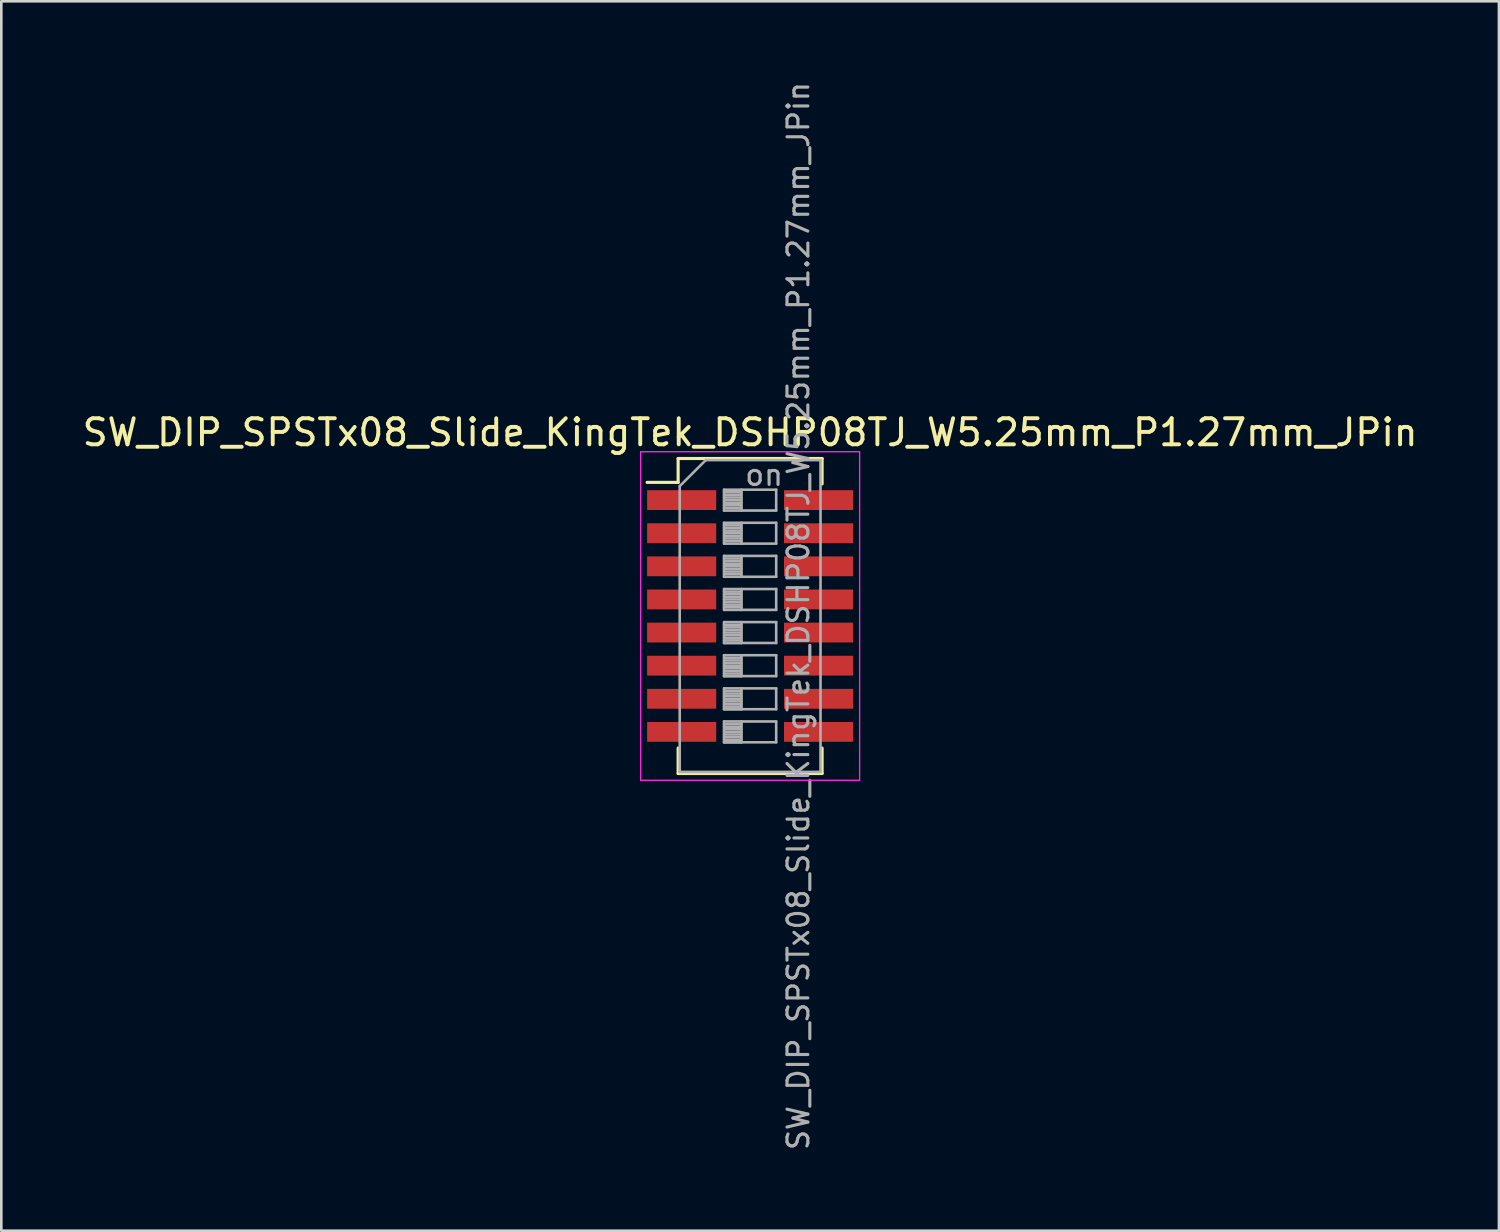
<source format=kicad_pcb>
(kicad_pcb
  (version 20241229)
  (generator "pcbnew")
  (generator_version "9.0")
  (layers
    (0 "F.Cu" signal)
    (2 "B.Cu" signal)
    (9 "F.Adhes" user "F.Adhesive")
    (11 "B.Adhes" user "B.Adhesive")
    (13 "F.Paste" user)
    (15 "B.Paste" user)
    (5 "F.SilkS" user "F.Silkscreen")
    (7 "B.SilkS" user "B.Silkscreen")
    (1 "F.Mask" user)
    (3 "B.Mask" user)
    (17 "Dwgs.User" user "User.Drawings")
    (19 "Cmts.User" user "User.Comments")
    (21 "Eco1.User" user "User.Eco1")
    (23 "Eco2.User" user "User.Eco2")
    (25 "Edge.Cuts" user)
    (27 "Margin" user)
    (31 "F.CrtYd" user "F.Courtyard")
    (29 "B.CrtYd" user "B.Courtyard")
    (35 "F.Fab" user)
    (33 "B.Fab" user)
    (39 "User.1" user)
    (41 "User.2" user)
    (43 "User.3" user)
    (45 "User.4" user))
  (footprint "SW_DIP_SPSTx08_Slide_KingTek_DSHP08TJ_W5.25mm_P1.27mm_JPin"
    (layer "F.Cu")
    (at 25.72 20.576)
    (property "Reference" "SW_DIP_SPSTx08_Slide_KingTek_DSHP08TJ_W5.25mm_P1.27mm_JPin" (at 0 -7.04 0) (layer "F.SilkS") (effects (font (size 1 1) (thickness 0.15))))
    (attr smd)
    (fp_line (start -3.951 -5.125) (end -2.761 -5.125) (stroke (width 0.12) (type solid)) (layer "F.SilkS"))
    (fp_line (start -2.761 -6.04) (end -2.761 -5.125) (stroke (width 0.12) (type solid)) (layer "F.SilkS"))
    (fp_line (start -2.761 -6.04) (end 2.76 -6.04) (stroke (width 0.12) (type solid)) (layer "F.SilkS"))
    (fp_line (start -2.761 5.065) (end -2.761 6.04) (stroke (width 0.12) (type solid)) (layer "F.SilkS"))
    (fp_line (start -2.761 6.04) (end 2.76 6.04) (stroke (width 0.12) (type solid)) (layer "F.SilkS"))
    (fp_line (start 2.76 -6.04) (end 2.76 -5.065) (stroke (width 0.12) (type solid)) (layer "F.SilkS"))
    (fp_line (start 2.76 5.065) (end 2.76 6.04) (stroke (width 0.12) (type solid)) (layer "F.SilkS"))
    (fp_line (start -4.2 -6.3) (end -4.2 6.3) (stroke (width 0.05) (type solid)) (layer "F.CrtYd"))
    (fp_line (start -4.2 6.3) (end 4.2 6.3) (stroke (width 0.05) (type solid)) (layer "F.CrtYd"))
    (fp_line (start 4.2 -6.3) (end -4.2 -6.3) (stroke (width 0.05) (type solid)) (layer "F.CrtYd"))
    (fp_line (start 4.2 6.3) (end 4.2 -6.3) (stroke (width 0.05) (type solid)) (layer "F.CrtYd"))
    (fp_line (start -2.7 -4.98) (end -1.7 -5.98) (stroke (width 0.1) (type solid)) (layer "F.Fab"))
    (fp_line (start -2.7 5.98) (end -2.7 -4.98) (stroke (width 0.1) (type solid)) (layer "F.Fab"))
    (fp_line (start -1.7 -5.98) (end 2.7 -5.98) (stroke (width 0.1) (type solid)) (layer "F.Fab"))
    (fp_line (start -1 -4.845) (end -1 -4.045) (stroke (width 0.1) (type solid)) (layer "F.Fab"))
    (fp_line (start -1 -4.745) (end -0.333 -4.745) (stroke (width 0.1) (type solid)) (layer "F.Fab"))
    (fp_line (start -1 -4.645) (end -0.333 -4.645) (stroke (width 0.1) (type solid)) (layer "F.Fab"))
    (fp_line (start -1 -4.545) (end -0.333 -4.545) (stroke (width 0.1) (type solid)) (layer "F.Fab"))
    (fp_line (start -1 -4.445) (end -0.333 -4.445) (stroke (width 0.1) (type solid)) (layer "F.Fab"))
    (fp_line (start -1 -4.345) (end -0.333 -4.345) (stroke (width 0.1) (type solid)) (layer "F.Fab"))
    (fp_line (start -1 -4.245) (end -0.333 -4.245) (stroke (width 0.1) (type solid)) (layer "F.Fab"))
    (fp_line (start -1 -4.145) (end -0.333 -4.145) (stroke (width 0.1) (type solid)) (layer "F.Fab"))
    (fp_line (start -1 -4.045) (end 1 -4.045) (stroke (width 0.1) (type solid)) (layer "F.Fab"))
    (fp_line (start -1 -3.575) (end -1 -2.775) (stroke (width 0.1) (type solid)) (layer "F.Fab"))
    (fp_line (start -1 -3.475) (end -0.333 -3.475) (stroke (width 0.1) (type solid)) (layer "F.Fab"))
    (fp_line (start -1 -3.375) (end -0.333 -3.375) (stroke (width 0.1) (type solid)) (layer "F.Fab"))
    (fp_line (start -1 -3.275) (end -0.333 -3.275) (stroke (width 0.1) (type solid)) (layer "F.Fab"))
    (fp_line (start -1 -3.175) (end -0.333 -3.175) (stroke (width 0.1) (type solid)) (layer "F.Fab"))
    (fp_line (start -1 -3.075) (end -0.333 -3.075) (stroke (width 0.1) (type solid)) (layer "F.Fab"))
    (fp_line (start -1 -2.975) (end -0.333 -2.975) (stroke (width 0.1) (type solid)) (layer "F.Fab"))
    (fp_line (start -1 -2.875) (end -0.333 -2.875) (stroke (width 0.1) (type solid)) (layer "F.Fab"))
    (fp_line (start -1 -2.775) (end 1 -2.775) (stroke (width 0.1) (type solid)) (layer "F.Fab"))
    (fp_line (start -1 -2.305) (end -1 -1.505) (stroke (width 0.1) (type solid)) (layer "F.Fab"))
    (fp_line (start -1 -2.205) (end -0.333 -2.205) (stroke (width 0.1) (type solid)) (layer "F.Fab"))
    (fp_line (start -1 -2.105) (end -0.333 -2.105) (stroke (width 0.1) (type solid)) (layer "F.Fab"))
    (fp_line (start -1 -2.005) (end -0.333 -2.005) (stroke (width 0.1) (type solid)) (layer "F.Fab"))
    (fp_line (start -1 -1.905) (end -0.333 -1.905) (stroke (width 0.1) (type solid)) (layer "F.Fab"))
    (fp_line (start -1 -1.805) (end -0.333 -1.805) (stroke (width 0.1) (type solid)) (layer "F.Fab"))
    (fp_line (start -1 -1.705) (end -0.333 -1.705) (stroke (width 0.1) (type solid)) (layer "F.Fab"))
    (fp_line (start -1 -1.605) (end -0.333 -1.605) (stroke (width 0.1) (type solid)) (layer "F.Fab"))
    (fp_line (start -1 -1.505) (end 1 -1.505) (stroke (width 0.1) (type solid)) (layer "F.Fab"))
    (fp_line (start -1 -1.035) (end -1 -0.235) (stroke (width 0.1) (type solid)) (layer "F.Fab"))
    (fp_line (start -1 -0.935) (end -0.333 -0.935) (stroke (width 0.1) (type solid)) (layer "F.Fab"))
    (fp_line (start -1 -0.835) (end -0.333 -0.835) (stroke (width 0.1) (type solid)) (layer "F.Fab"))
    (fp_line (start -1 -0.735) (end -0.333 -0.735) (stroke (width 0.1) (type solid)) (layer "F.Fab"))
    (fp_line (start -1 -0.635) (end -0.333 -0.635) (stroke (width 0.1) (type solid)) (layer "F.Fab"))
    (fp_line (start -1 -0.535) (end -0.333 -0.535) (stroke (width 0.1) (type solid)) (layer "F.Fab"))
    (fp_line (start -1 -0.435) (end -0.333 -0.435) (stroke (width 0.1) (type solid)) (layer "F.Fab"))
    (fp_line (start -1 -0.335) (end -0.333 -0.335) (stroke (width 0.1) (type solid)) (layer "F.Fab"))
    (fp_line (start -1 -0.235) (end 1 -0.235) (stroke (width 0.1) (type solid)) (layer "F.Fab"))
    (fp_line (start -1 0.235) (end -1 1.035) (stroke (width 0.1) (type solid)) (layer "F.Fab"))
    (fp_line (start -1 0.335) (end -0.333 0.335) (stroke (width 0.1) (type solid)) (layer "F.Fab"))
    (fp_line (start -1 0.435) (end -0.333 0.435) (stroke (width 0.1) (type solid)) (layer "F.Fab"))
    (fp_line (start -1 0.535) (end -0.333 0.535) (stroke (width 0.1) (type solid)) (layer "F.Fab"))
    (fp_line (start -1 0.635) (end -0.333 0.635) (stroke (width 0.1) (type solid)) (layer "F.Fab"))
    (fp_line (start -1 0.735) (end -0.333 0.735) (stroke (width 0.1) (type solid)) (layer "F.Fab"))
    (fp_line (start -1 0.835) (end -0.333 0.835) (stroke (width 0.1) (type solid)) (layer "F.Fab"))
    (fp_line (start -1 0.935) (end -0.333 0.935) (stroke (width 0.1) (type solid)) (layer "F.Fab"))
    (fp_line (start -1 1.035) (end -0.333 1.035) (stroke (width 0.1) (type solid)) (layer "F.Fab"))
    (fp_line (start -1 1.035) (end 1 1.035) (stroke (width 0.1) (type solid)) (layer "F.Fab"))
    (fp_line (start -1 1.505) (end -1 2.305) (stroke (width 0.1) (type solid)) (layer "F.Fab"))
    (fp_line (start -1 1.605) (end -0.333 1.605) (stroke (width 0.1) (type solid)) (layer "F.Fab"))
    (fp_line (start -1 1.705) (end -0.333 1.705) (stroke (width 0.1) (type solid)) (layer "F.Fab"))
    (fp_line (start -1 1.805) (end -0.333 1.805) (stroke (width 0.1) (type solid)) (layer "F.Fab"))
    (fp_line (start -1 1.905) (end -0.333 1.905) (stroke (width 0.1) (type solid)) (layer "F.Fab"))
    (fp_line (start -1 2.005) (end -0.333 2.005) (stroke (width 0.1) (type solid)) (layer "F.Fab"))
    (fp_line (start -1 2.105) (end -0.333 2.105) (stroke (width 0.1) (type solid)) (layer "F.Fab"))
    (fp_line (start -1 2.205) (end -0.333 2.205) (stroke (width 0.1) (type solid)) (layer "F.Fab"))
    (fp_line (start -1 2.305) (end -0.333 2.305) (stroke (width 0.1) (type solid)) (layer "F.Fab"))
    (fp_line (start -1 2.305) (end 1 2.305) (stroke (width 0.1) (type solid)) (layer "F.Fab"))
    (fp_line (start -1 2.775) (end -1 3.575) (stroke (width 0.1) (type solid)) (layer "F.Fab"))
    (fp_line (start -1 2.875) (end -0.333 2.875) (stroke (width 0.1) (type solid)) (layer "F.Fab"))
    (fp_line (start -1 2.975) (end -0.333 2.975) (stroke (width 0.1) (type solid)) (layer "F.Fab"))
    (fp_line (start -1 3.075) (end -0.333 3.075) (stroke (width 0.1) (type solid)) (layer "F.Fab"))
    (fp_line (start -1 3.175) (end -0.333 3.175) (stroke (width 0.1) (type solid)) (layer "F.Fab"))
    (fp_line (start -1 3.275) (end -0.333 3.275) (stroke (width 0.1) (type solid)) (layer "F.Fab"))
    (fp_line (start -1 3.375) (end -0.333 3.375) (stroke (width 0.1) (type solid)) (layer "F.Fab"))
    (fp_line (start -1 3.475) (end -0.333 3.475) (stroke (width 0.1) (type solid)) (layer "F.Fab"))
    (fp_line (start -1 3.575) (end -0.333 3.575) (stroke (width 0.1) (type solid)) (layer "F.Fab"))
    (fp_line (start -1 3.575) (end 1 3.575) (stroke (width 0.1) (type solid)) (layer "F.Fab"))
    (fp_line (start -1 4.045) (end -1 4.845) (stroke (width 0.1) (type solid)) (layer "F.Fab"))
    (fp_line (start -1 4.145) (end -0.333 4.145) (stroke (width 0.1) (type solid)) (layer "F.Fab"))
    (fp_line (start -1 4.245) (end -0.333 4.245) (stroke (width 0.1) (type solid)) (layer "F.Fab"))
    (fp_line (start -1 4.345) (end -0.333 4.345) (stroke (width 0.1) (type solid)) (layer "F.Fab"))
    (fp_line (start -1 4.445) (end -0.333 4.445) (stroke (width 0.1) (type solid)) (layer "F.Fab"))
    (fp_line (start -1 4.545) (end -0.333 4.545) (stroke (width 0.1) (type solid)) (layer "F.Fab"))
    (fp_line (start -1 4.645) (end -0.333 4.645) (stroke (width 0.1) (type solid)) (layer "F.Fab"))
    (fp_line (start -1 4.745) (end -0.333 4.745) (stroke (width 0.1) (type solid)) (layer "F.Fab"))
    (fp_line (start -1 4.845) (end -0.333 4.845) (stroke (width 0.1) (type solid)) (layer "F.Fab"))
    (fp_line (start -1 4.845) (end 1 4.845) (stroke (width 0.1) (type solid)) (layer "F.Fab"))
    (fp_line (start -0.333 -4.845) (end -0.333 -4.045) (stroke (width 0.1) (type solid)) (layer "F.Fab"))
    (fp_line (start -0.333 -3.575) (end -0.333 -2.775) (stroke (width 0.1) (type solid)) (layer "F.Fab"))
    (fp_line (start -0.333 -2.305) (end -0.333 -1.505) (stroke (width 0.1) (type solid)) (layer "F.Fab"))
    (fp_line (start -0.333 -1.035) (end -0.333 -0.235) (stroke (width 0.1) (type solid)) (layer "F.Fab"))
    (fp_line (start -0.333 0.235) (end -0.333 1.035) (stroke (width 0.1) (type solid)) (layer "F.Fab"))
    (fp_line (start -0.333 1.505) (end -0.333 2.305) (stroke (width 0.1) (type solid)) (layer "F.Fab"))
    (fp_line (start -0.333 2.775) (end -0.333 3.575) (stroke (width 0.1) (type solid)) (layer "F.Fab"))
    (fp_line (start -0.333 4.045) (end -0.333 4.845) (stroke (width 0.1) (type solid)) (layer "F.Fab"))
    (fp_line (start 1 -4.845) (end -1 -4.845) (stroke (width 0.1) (type solid)) (layer "F.Fab"))
    (fp_line (start 1 -4.045) (end 1 -4.845) (stroke (width 0.1) (type solid)) (layer "F.Fab"))
    (fp_line (start 1 -3.575) (end -1 -3.575) (stroke (width 0.1) (type solid)) (layer "F.Fab"))
    (fp_line (start 1 -2.775) (end 1 -3.575) (stroke (width 0.1) (type solid)) (layer "F.Fab"))
    (fp_line (start 1 -2.305) (end -1 -2.305) (stroke (width 0.1) (type solid)) (layer "F.Fab"))
    (fp_line (start 1 -1.505) (end 1 -2.305) (stroke (width 0.1) (type solid)) (layer "F.Fab"))
    (fp_line (start 1 -1.035) (end -1 -1.035) (stroke (width 0.1) (type solid)) (layer "F.Fab"))
    (fp_line (start 1 -0.235) (end 1 -1.035) (stroke (width 0.1) (type solid)) (layer "F.Fab"))
    (fp_line (start 1 0.235) (end -1 0.235) (stroke (width 0.1) (type solid)) (layer "F.Fab"))
    (fp_line (start 1 1.035) (end 1 0.235) (stroke (width 0.1) (type solid)) (layer "F.Fab"))
    (fp_line (start 1 1.505) (end -1 1.505) (stroke (width 0.1) (type solid)) (layer "F.Fab"))
    (fp_line (start 1 2.305) (end 1 1.505) (stroke (width 0.1) (type solid)) (layer "F.Fab"))
    (fp_line (start 1 2.775) (end -1 2.775) (stroke (width 0.1) (type solid)) (layer "F.Fab"))
    (fp_line (start 1 3.575) (end 1 2.775) (stroke (width 0.1) (type solid)) (layer "F.Fab"))
    (fp_line (start 1 4.045) (end -1 4.045) (stroke (width 0.1) (type solid)) (layer "F.Fab"))
    (fp_line (start 1 4.845) (end 1 4.045) (stroke (width 0.1) (type solid)) (layer "F.Fab"))
    (fp_line (start 2.7 -5.98) (end 2.7 5.98) (stroke (width 0.1) (type solid)) (layer "F.Fab"))
    (fp_line (start 2.7 5.98) (end -2.7 5.98) (stroke (width 0.1) (type solid)) (layer "F.Fab"))
    (fp_text user "${REFERENCE}" (at 1.85 0 90) (layer "F.Fab") (effects (font (size 0.8 0.8) (thickness 0.12))))
    (fp_text user "on" (at 0.537 -5.412 0) (layer "F.Fab") (effects (font (size 0.8 0.8) (thickness 0.12))))
    (pad "1" smd rect (at -2.625 -4.445) (size 2.65 0.76) (layers "F.Cu" "F.Mask" "F.Paste"))
    (pad "2" smd rect (at -2.625 -3.175) (size 2.65 0.76) (layers "F.Cu" "F.Mask" "F.Paste"))
    (pad "3" smd rect (at -2.625 -1.905) (size 2.65 0.76) (layers "F.Cu" "F.Mask" "F.Paste"))
    (pad "4" smd rect (at -2.625 -0.635) (size 2.65 0.76) (layers "F.Cu" "F.Mask" "F.Paste"))
    (pad "5" smd rect (at -2.625 0.635) (size 2.65 0.76) (layers "F.Cu" "F.Mask" "F.Paste"))
    (pad "6" smd rect (at -2.625 1.905) (size 2.65 0.76) (layers "F.Cu" "F.Mask" "F.Paste"))
    (pad "7" smd rect (at -2.625 3.175) (size 2.65 0.76) (layers "F.Cu" "F.Mask" "F.Paste"))
    (pad "8" smd rect (at -2.625 4.445) (size 2.65 0.76) (layers "F.Cu" "F.Mask" "F.Paste"))
    (pad "9" smd rect (at 2.625 4.445) (size 2.65 0.76) (layers "F.Cu" "F.Mask" "F.Paste"))
    (pad "10" smd rect (at 2.625 3.175) (size 2.65 0.76) (layers "F.Cu" "F.Mask" "F.Paste"))
    (pad "11" smd rect (at 2.625 1.905) (size 2.65 0.76) (layers "F.Cu" "F.Mask" "F.Paste"))
    (pad "12" smd rect (at 2.625 0.635) (size 2.65 0.76) (layers "F.Cu" "F.Mask" "F.Paste"))
    (pad "13" smd rect (at 2.625 -0.635) (size 2.65 0.76) (layers "F.Cu" "F.Mask" "F.Paste"))
    (pad "14" smd rect (at 2.625 -1.905) (size 2.65 0.76) (layers "F.Cu" "F.Mask" "F.Paste"))
    (pad "15" smd rect (at 2.625 -3.175) (size 2.65 0.76) (layers "F.Cu" "F.Mask" "F.Paste"))
    (pad "16" smd rect (at 2.625 -4.445) (size 2.65 0.76) (layers "F.Cu" "F.Mask" "F.Paste")))
  (gr_rect
    (start -3 -3)
    (end 54.44 44.152)
    (stroke (width 0.1) (type default))
    (fill no)
    (layer "Edge.Cuts")))
</source>
